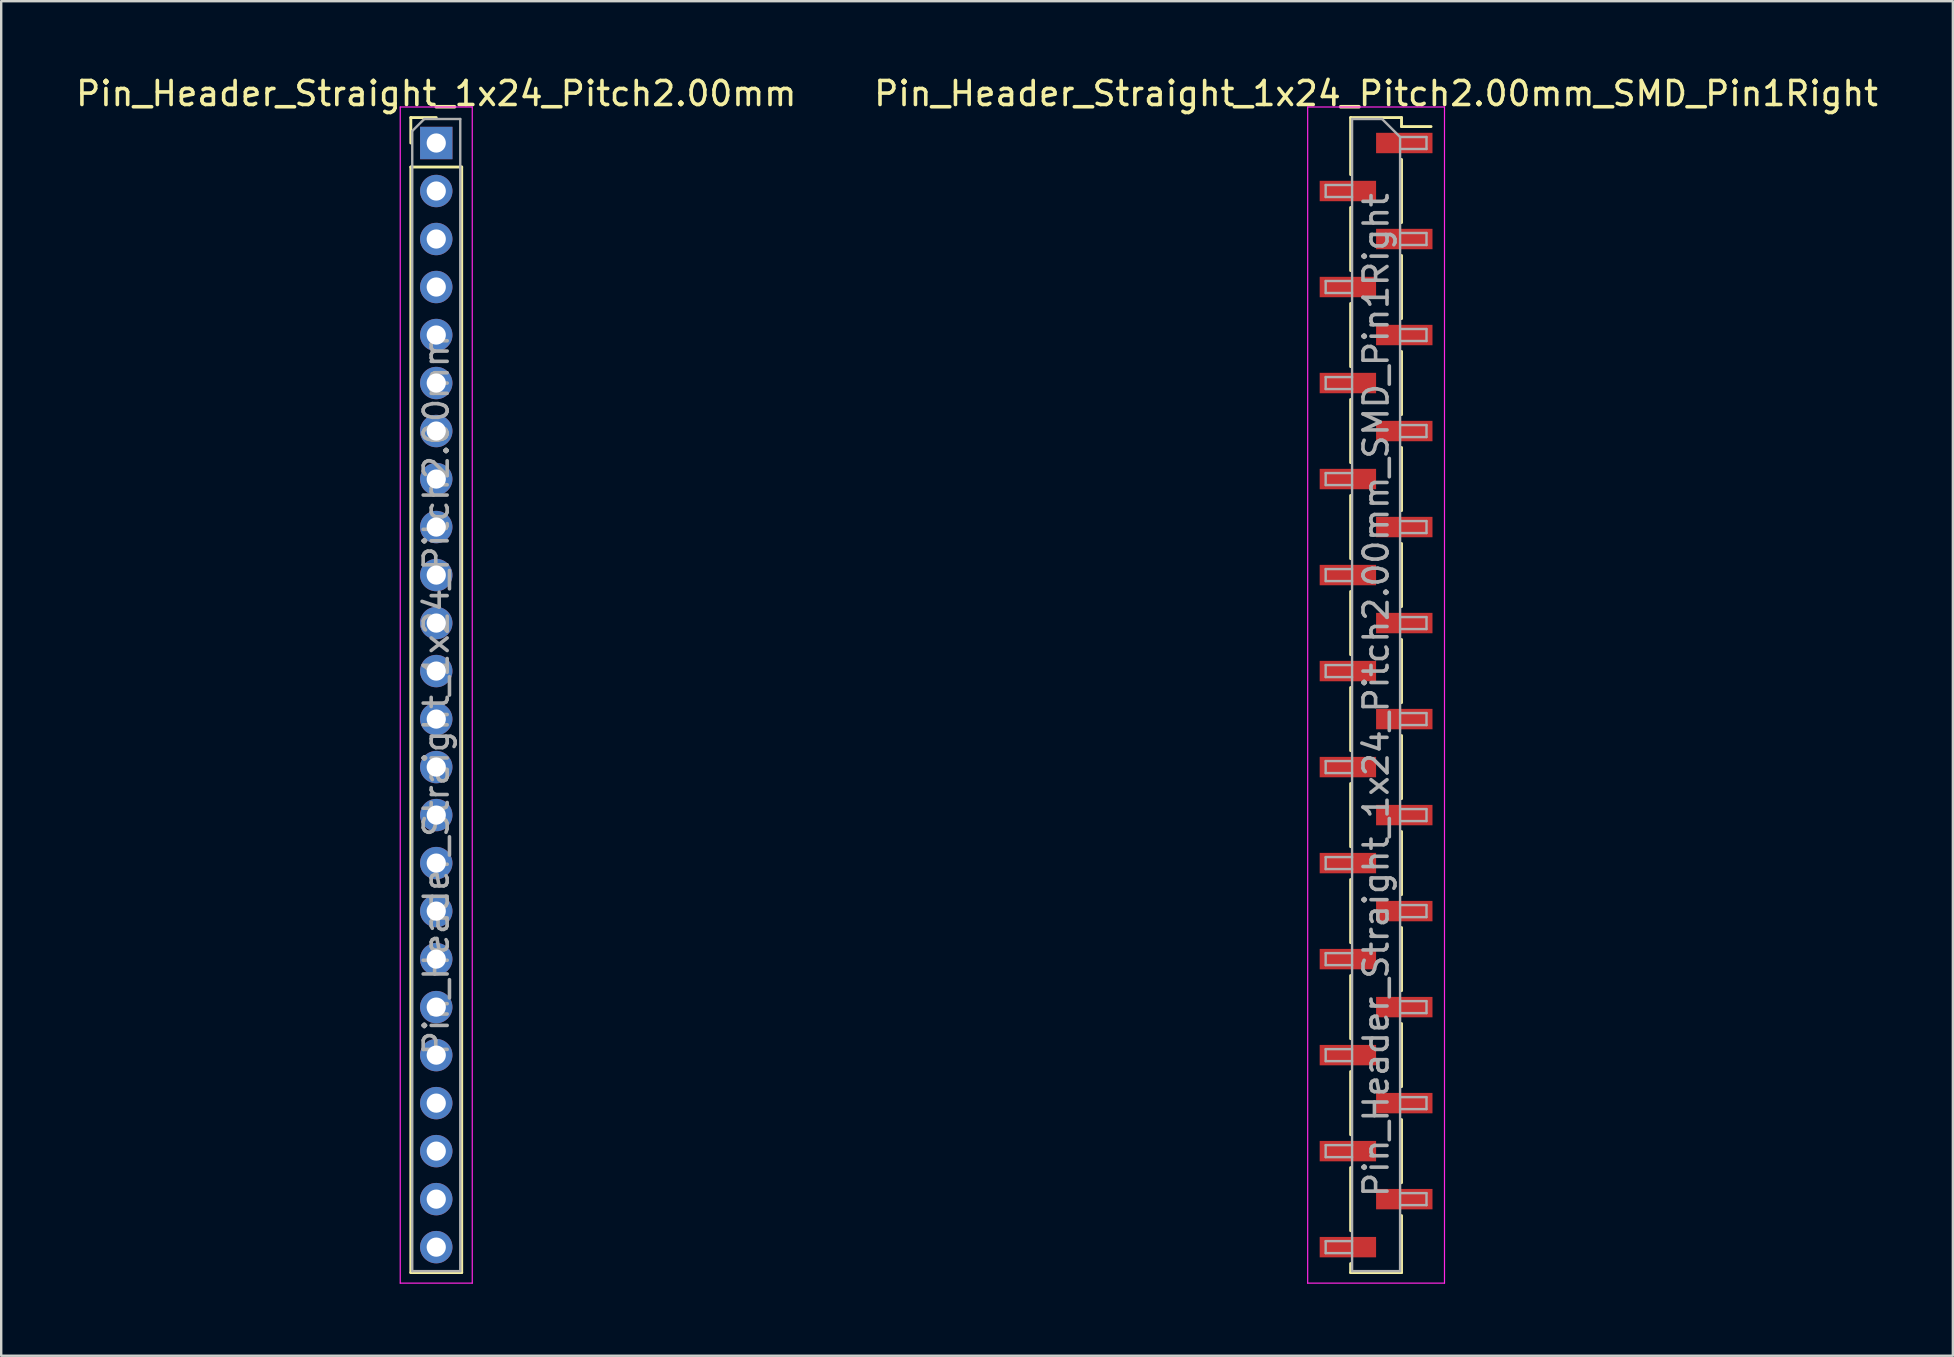
<source format=kicad_pcb>
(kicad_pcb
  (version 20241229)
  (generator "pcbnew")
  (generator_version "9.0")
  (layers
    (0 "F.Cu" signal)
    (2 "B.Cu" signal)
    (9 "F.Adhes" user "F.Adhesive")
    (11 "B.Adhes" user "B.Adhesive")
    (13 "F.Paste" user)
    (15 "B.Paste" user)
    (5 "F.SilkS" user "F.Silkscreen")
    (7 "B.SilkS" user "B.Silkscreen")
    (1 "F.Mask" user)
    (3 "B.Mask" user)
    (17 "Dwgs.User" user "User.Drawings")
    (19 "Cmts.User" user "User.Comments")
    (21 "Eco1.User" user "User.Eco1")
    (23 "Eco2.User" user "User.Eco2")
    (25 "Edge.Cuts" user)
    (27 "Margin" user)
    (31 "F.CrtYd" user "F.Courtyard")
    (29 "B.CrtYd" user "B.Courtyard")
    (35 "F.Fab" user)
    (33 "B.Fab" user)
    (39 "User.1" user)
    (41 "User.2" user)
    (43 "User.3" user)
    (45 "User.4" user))
  (footprint "Pin_Header_Straight_1x24_Pitch2.00mm"
    (layer "F.Cu")
    (at 15.125 2.908)
    (property "Reference" "Pin_Header_Straight_1x24_Pitch2.00mm" (at 0 -2.06 0) (layer "F.SilkS") (effects (font (size 1 1) (thickness 0.15))))
    (attr through_hole)
    (fp_line (start -1.06 -1.06) (end 0 -1.06) (stroke (width 0.12) (type solid)) (layer "F.SilkS"))
    (fp_line (start -1.06 0) (end -1.06 -1.06) (stroke (width 0.12) (type solid)) (layer "F.SilkS"))
    (fp_line (start -1.06 1) (end -1.06 47.06) (stroke (width 0.12) (type solid)) (layer "F.SilkS"))
    (fp_line (start -1.06 1) (end 1.06 1) (stroke (width 0.12) (type solid)) (layer "F.SilkS"))
    (fp_line (start -1.06 47.06) (end 1.06 47.06) (stroke (width 0.12) (type solid)) (layer "F.SilkS"))
    (fp_line (start 1.06 1) (end 1.06 47.06) (stroke (width 0.12) (type solid)) (layer "F.SilkS"))
    (fp_line (start -1.5 -1.5) (end -1.5 47.5) (stroke (width 0.05) (type solid)) (layer "F.CrtYd"))
    (fp_line (start -1.5 47.5) (end 1.5 47.5) (stroke (width 0.05) (type solid)) (layer "F.CrtYd"))
    (fp_line (start 1.5 -1.5) (end -1.5 -1.5) (stroke (width 0.05) (type solid)) (layer "F.CrtYd"))
    (fp_line (start 1.5 47.5) (end 1.5 -1.5) (stroke (width 0.05) (type solid)) (layer "F.CrtYd"))
    (fp_line (start -1 -0.5) (end -0.5 -1) (stroke (width 0.1) (type solid)) (layer "F.Fab"))
    (fp_line (start -1 47) (end -1 -0.5) (stroke (width 0.1) (type solid)) (layer "F.Fab"))
    (fp_line (start -0.5 -1) (end 1 -1) (stroke (width 0.1) (type solid)) (layer "F.Fab"))
    (fp_line (start 1 -1) (end 1 47) (stroke (width 0.1) (type solid)) (layer "F.Fab"))
    (fp_line (start 1 47) (end -1 47) (stroke (width 0.1) (type solid)) (layer "F.Fab"))
    (fp_text user "${REFERENCE}" (at 0 23 90) (layer "F.Fab") (effects (font (size 1 1) (thickness 0.15))))
    (pad "1" thru_hole rect (at 0 0) (size 1.35 1.35) (drill 0.8) (layers "*.Cu" "*.Mask"))
    (pad "2" thru_hole oval (at 0 2) (size 1.35 1.35) (drill 0.8) (layers "*.Cu" "*.Mask"))
    (pad "3" thru_hole oval (at 0 4) (size 1.35 1.35) (drill 0.8) (layers "*.Cu" "*.Mask"))
    (pad "4" thru_hole oval (at 0 6) (size 1.35 1.35) (drill 0.8) (layers "*.Cu" "*.Mask"))
    (pad "5" thru_hole oval (at 0 8) (size 1.35 1.35) (drill 0.8) (layers "*.Cu" "*.Mask"))
    (pad "6" thru_hole oval (at 0 10) (size 1.35 1.35) (drill 0.8) (layers "*.Cu" "*.Mask"))
    (pad "7" thru_hole oval (at 0 12) (size 1.35 1.35) (drill 0.8) (layers "*.Cu" "*.Mask"))
    (pad "8" thru_hole oval (at 0 14) (size 1.35 1.35) (drill 0.8) (layers "*.Cu" "*.Mask"))
    (pad "9" thru_hole oval (at 0 16) (size 1.35 1.35) (drill 0.8) (layers "*.Cu" "*.Mask"))
    (pad "10" thru_hole oval (at 0 18) (size 1.35 1.35) (drill 0.8) (layers "*.Cu" "*.Mask"))
    (pad "11" thru_hole oval (at 0 20) (size 1.35 1.35) (drill 0.8) (layers "*.Cu" "*.Mask"))
    (pad "12" thru_hole oval (at 0 22) (size 1.35 1.35) (drill 0.8) (layers "*.Cu" "*.Mask"))
    (pad "13" thru_hole oval (at 0 24) (size 1.35 1.35) (drill 0.8) (layers "*.Cu" "*.Mask"))
    (pad "14" thru_hole oval (at 0 26) (size 1.35 1.35) (drill 0.8) (layers "*.Cu" "*.Mask"))
    (pad "15" thru_hole oval (at 0 28) (size 1.35 1.35) (drill 0.8) (layers "*.Cu" "*.Mask"))
    (pad "16" thru_hole oval (at 0 30) (size 1.35 1.35) (drill 0.8) (layers "*.Cu" "*.Mask"))
    (pad "17" thru_hole oval (at 0 32) (size 1.35 1.35) (drill 0.8) (layers "*.Cu" "*.Mask"))
    (pad "18" thru_hole oval (at 0 34) (size 1.35 1.35) (drill 0.8) (layers "*.Cu" "*.Mask"))
    (pad "19" thru_hole oval (at 0 36) (size 1.35 1.35) (drill 0.8) (layers "*.Cu" "*.Mask"))
    (pad "20" thru_hole oval (at 0 38) (size 1.35 1.35) (drill 0.8) (layers "*.Cu" "*.Mask"))
    (pad "21" thru_hole oval (at 0 40) (size 1.35 1.35) (drill 0.8) (layers "*.Cu" "*.Mask"))
    (pad "22" thru_hole oval (at 0 42) (size 1.35 1.35) (drill 0.8) (layers "*.Cu" "*.Mask"))
    (pad "23" thru_hole oval (at 0 44) (size 1.35 1.35) (drill 0.8) (layers "*.Cu" "*.Mask"))
    (pad "24" thru_hole oval (at 0 46) (size 1.35 1.35) (drill 0.8) (layers "*.Cu" "*.Mask")))
  (footprint "Pin_Header_Straight_1x24_Pitch2.00mm_SMD_Pin1Right"
    (layer "F.Cu")
    (at 54.28 25.908)
    (property "Reference" "Pin_Header_Straight_1x24_Pitch2.00mm_SMD_Pin1Right" (at 0 -25.06 0) (layer "F.SilkS") (effects (font (size 1 1) (thickness 0.15))))
    (attr smd)
    (fp_line (start -1.06 -24.06) (end -1.06 -21.685) (stroke (width 0.12) (type solid)) (layer "F.SilkS"))
    (fp_line (start -1.06 -24.06) (end 1.06 -24.06) (stroke (width 0.12) (type solid)) (layer "F.SilkS"))
    (fp_line (start -1.06 -20.315) (end -1.06 -17.685) (stroke (width 0.12) (type solid)) (layer "F.SilkS"))
    (fp_line (start -1.06 -16.315) (end -1.06 -13.685) (stroke (width 0.12) (type solid)) (layer "F.SilkS"))
    (fp_line (start -1.06 -12.315) (end -1.06 -9.685) (stroke (width 0.12) (type solid)) (layer "F.SilkS"))
    (fp_line (start -1.06 -8.315) (end -1.06 -5.685) (stroke (width 0.12) (type solid)) (layer "F.SilkS"))
    (fp_line (start -1.06 -4.315) (end -1.06 -1.685) (stroke (width 0.12) (type solid)) (layer "F.SilkS"))
    (fp_line (start -1.06 -0.315) (end -1.06 2.315) (stroke (width 0.12) (type solid)) (layer "F.SilkS"))
    (fp_line (start -1.06 3.685) (end -1.06 6.315) (stroke (width 0.12) (type solid)) (layer "F.SilkS"))
    (fp_line (start -1.06 7.685) (end -1.06 10.315) (stroke (width 0.12) (type solid)) (layer "F.SilkS"))
    (fp_line (start -1.06 11.685) (end -1.06 14.315) (stroke (width 0.12) (type solid)) (layer "F.SilkS"))
    (fp_line (start -1.06 15.685) (end -1.06 18.315) (stroke (width 0.12) (type solid)) (layer "F.SilkS"))
    (fp_line (start -1.06 19.685) (end -1.06 22.315) (stroke (width 0.12) (type solid)) (layer "F.SilkS"))
    (fp_line (start -1.06 23.685) (end -1.06 24.06) (stroke (width 0.12) (type solid)) (layer "F.SilkS"))
    (fp_line (start -1.06 24.06) (end 1.06 24.06) (stroke (width 0.12) (type solid)) (layer "F.SilkS"))
    (fp_line (start 1.06 -24.06) (end 1.06 -23.685) (stroke (width 0.12) (type solid)) (layer "F.SilkS"))
    (fp_line (start 1.06 -23.685) (end 2.29 -23.685) (stroke (width 0.12) (type solid)) (layer "F.SilkS"))
    (fp_line (start 1.06 -22.315) (end 1.06 -19.685) (stroke (width 0.12) (type solid)) (layer "F.SilkS"))
    (fp_line (start 1.06 -18.315) (end 1.06 -15.685) (stroke (width 0.12) (type solid)) (layer "F.SilkS"))
    (fp_line (start 1.06 -14.315) (end 1.06 -11.685) (stroke (width 0.12) (type solid)) (layer "F.SilkS"))
    (fp_line (start 1.06 -10.315) (end 1.06 -7.685) (stroke (width 0.12) (type solid)) (layer "F.SilkS"))
    (fp_line (start 1.06 -6.315) (end 1.06 -3.685) (stroke (width 0.12) (type solid)) (layer "F.SilkS"))
    (fp_line (start 1.06 -2.315) (end 1.06 0.315) (stroke (width 0.12) (type solid)) (layer "F.SilkS"))
    (fp_line (start 1.06 1.685) (end 1.06 4.315) (stroke (width 0.12) (type solid)) (layer "F.SilkS"))
    (fp_line (start 1.06 5.685) (end 1.06 8.315) (stroke (width 0.12) (type solid)) (layer "F.SilkS"))
    (fp_line (start 1.06 9.685) (end 1.06 12.315) (stroke (width 0.12) (type solid)) (layer "F.SilkS"))
    (fp_line (start 1.06 13.685) (end 1.06 16.315) (stroke (width 0.12) (type solid)) (layer "F.SilkS"))
    (fp_line (start 1.06 17.685) (end 1.06 20.315) (stroke (width 0.12) (type solid)) (layer "F.SilkS"))
    (fp_line (start 1.06 21.685) (end 1.06 24.06) (stroke (width 0.12) (type solid)) (layer "F.SilkS"))
    (fp_line (start -2.85 -24.5) (end -2.85 24.5) (stroke (width 0.05) (type solid)) (layer "F.CrtYd"))
    (fp_line (start -2.85 24.5) (end 2.85 24.5) (stroke (width 0.05) (type solid)) (layer "F.CrtYd"))
    (fp_line (start 2.85 -24.5) (end -2.85 -24.5) (stroke (width 0.05) (type solid)) (layer "F.CrtYd"))
    (fp_line (start 2.85 24.5) (end 2.85 -24.5) (stroke (width 0.05) (type solid)) (layer "F.CrtYd"))
    (fp_line (start -2.1 -21.25) (end -2.1 -20.75) (stroke (width 0.1) (type solid)) (layer "F.Fab"))
    (fp_line (start -2.1 -20.75) (end -1 -20.75) (stroke (width 0.1) (type solid)) (layer "F.Fab"))
    (fp_line (start -2.1 -17.25) (end -2.1 -16.75) (stroke (width 0.1) (type solid)) (layer "F.Fab"))
    (fp_line (start -2.1 -16.75) (end -1 -16.75) (stroke (width 0.1) (type solid)) (layer "F.Fab"))
    (fp_line (start -2.1 -13.25) (end -2.1 -12.75) (stroke (width 0.1) (type solid)) (layer "F.Fab"))
    (fp_line (start -2.1 -12.75) (end -1 -12.75) (stroke (width 0.1) (type solid)) (layer "F.Fab"))
    (fp_line (start -2.1 -9.25) (end -2.1 -8.75) (stroke (width 0.1) (type solid)) (layer "F.Fab"))
    (fp_line (start -2.1 -8.75) (end -1 -8.75) (stroke (width 0.1) (type solid)) (layer "F.Fab"))
    (fp_line (start -2.1 -5.25) (end -2.1 -4.75) (stroke (width 0.1) (type solid)) (layer "F.Fab"))
    (fp_line (start -2.1 -4.75) (end -1 -4.75) (stroke (width 0.1) (type solid)) (layer "F.Fab"))
    (fp_line (start -2.1 -1.25) (end -2.1 -0.75) (stroke (width 0.1) (type solid)) (layer "F.Fab"))
    (fp_line (start -2.1 -0.75) (end -1 -0.75) (stroke (width 0.1) (type solid)) (layer "F.Fab"))
    (fp_line (start -2.1 2.75) (end -2.1 3.25) (stroke (width 0.1) (type solid)) (layer "F.Fab"))
    (fp_line (start -2.1 3.25) (end -1 3.25) (stroke (width 0.1) (type solid)) (layer "F.Fab"))
    (fp_line (start -2.1 6.75) (end -2.1 7.25) (stroke (width 0.1) (type solid)) (layer "F.Fab"))
    (fp_line (start -2.1 7.25) (end -1 7.25) (stroke (width 0.1) (type solid)) (layer "F.Fab"))
    (fp_line (start -2.1 10.75) (end -2.1 11.25) (stroke (width 0.1) (type solid)) (layer "F.Fab"))
    (fp_line (start -2.1 11.25) (end -1 11.25) (stroke (width 0.1) (type solid)) (layer "F.Fab"))
    (fp_line (start -2.1 14.75) (end -2.1 15.25) (stroke (width 0.1) (type solid)) (layer "F.Fab"))
    (fp_line (start -2.1 15.25) (end -1 15.25) (stroke (width 0.1) (type solid)) (layer "F.Fab"))
    (fp_line (start -2.1 18.75) (end -2.1 19.25) (stroke (width 0.1) (type solid)) (layer "F.Fab"))
    (fp_line (start -2.1 19.25) (end -1 19.25) (stroke (width 0.1) (type solid)) (layer "F.Fab"))
    (fp_line (start -2.1 22.75) (end -2.1 23.25) (stroke (width 0.1) (type solid)) (layer "F.Fab"))
    (fp_line (start -2.1 23.25) (end -1 23.25) (stroke (width 0.1) (type solid)) (layer "F.Fab"))
    (fp_line (start -1 -24) (end -1 24) (stroke (width 0.1) (type solid)) (layer "F.Fab"))
    (fp_line (start -1 -24) (end 0.25 -24) (stroke (width 0.1) (type solid)) (layer "F.Fab"))
    (fp_line (start -1 -21.25) (end -2.1 -21.25) (stroke (width 0.1) (type solid)) (layer "F.Fab"))
    (fp_line (start -1 -17.25) (end -2.1 -17.25) (stroke (width 0.1) (type solid)) (layer "F.Fab"))
    (fp_line (start -1 -13.25) (end -2.1 -13.25) (stroke (width 0.1) (type solid)) (layer "F.Fab"))
    (fp_line (start -1 -9.25) (end -2.1 -9.25) (stroke (width 0.1) (type solid)) (layer "F.Fab"))
    (fp_line (start -1 -5.25) (end -2.1 -5.25) (stroke (width 0.1) (type solid)) (layer "F.Fab"))
    (fp_line (start -1 -1.25) (end -2.1 -1.25) (stroke (width 0.1) (type solid)) (layer "F.Fab"))
    (fp_line (start -1 2.75) (end -2.1 2.75) (stroke (width 0.1) (type solid)) (layer "F.Fab"))
    (fp_line (start -1 6.75) (end -2.1 6.75) (stroke (width 0.1) (type solid)) (layer "F.Fab"))
    (fp_line (start -1 10.75) (end -2.1 10.75) (stroke (width 0.1) (type solid)) (layer "F.Fab"))
    (fp_line (start -1 14.75) (end -2.1 14.75) (stroke (width 0.1) (type solid)) (layer "F.Fab"))
    (fp_line (start -1 18.75) (end -2.1 18.75) (stroke (width 0.1) (type solid)) (layer "F.Fab"))
    (fp_line (start -1 22.75) (end -2.1 22.75) (stroke (width 0.1) (type solid)) (layer "F.Fab"))
    (fp_line (start 1 -23.25) (end 0.25 -24) (stroke (width 0.1) (type solid)) (layer "F.Fab"))
    (fp_line (start 1 -23.25) (end 2.1 -23.25) (stroke (width 0.1) (type solid)) (layer "F.Fab"))
    (fp_line (start 1 -19.25) (end 2.1 -19.25) (stroke (width 0.1) (type solid)) (layer "F.Fab"))
    (fp_line (start 1 -15.25) (end 2.1 -15.25) (stroke (width 0.1) (type solid)) (layer "F.Fab"))
    (fp_line (start 1 -11.25) (end 2.1 -11.25) (stroke (width 0.1) (type solid)) (layer "F.Fab"))
    (fp_line (start 1 -7.25) (end 2.1 -7.25) (stroke (width 0.1) (type solid)) (layer "F.Fab"))
    (fp_line (start 1 -3.25) (end 2.1 -3.25) (stroke (width 0.1) (type solid)) (layer "F.Fab"))
    (fp_line (start 1 0.75) (end 2.1 0.75) (stroke (width 0.1) (type solid)) (layer "F.Fab"))
    (fp_line (start 1 4.75) (end 2.1 4.75) (stroke (width 0.1) (type solid)) (layer "F.Fab"))
    (fp_line (start 1 8.75) (end 2.1 8.75) (stroke (width 0.1) (type solid)) (layer "F.Fab"))
    (fp_line (start 1 12.75) (end 2.1 12.75) (stroke (width 0.1) (type solid)) (layer "F.Fab"))
    (fp_line (start 1 16.75) (end 2.1 16.75) (stroke (width 0.1) (type solid)) (layer "F.Fab"))
    (fp_line (start 1 20.75) (end 2.1 20.75) (stroke (width 0.1) (type solid)) (layer "F.Fab"))
    (fp_line (start 1 24) (end -1 24) (stroke (width 0.1) (type solid)) (layer "F.Fab"))
    (fp_line (start 1 24) (end 1 -23.25) (stroke (width 0.1) (type solid)) (layer "F.Fab"))
    (fp_line (start 2.1 -23.25) (end 2.1 -22.75) (stroke (width 0.1) (type solid)) (layer "F.Fab"))
    (fp_line (start 2.1 -22.75) (end 1 -22.75) (stroke (width 0.1) (type solid)) (layer "F.Fab"))
    (fp_line (start 2.1 -19.25) (end 2.1 -18.75) (stroke (width 0.1) (type solid)) (layer "F.Fab"))
    (fp_line (start 2.1 -18.75) (end 1 -18.75) (stroke (width 0.1) (type solid)) (layer "F.Fab"))
    (fp_line (start 2.1 -15.25) (end 2.1 -14.75) (stroke (width 0.1) (type solid)) (layer "F.Fab"))
    (fp_line (start 2.1 -14.75) (end 1 -14.75) (stroke (width 0.1) (type solid)) (layer "F.Fab"))
    (fp_line (start 2.1 -11.25) (end 2.1 -10.75) (stroke (width 0.1) (type solid)) (layer "F.Fab"))
    (fp_line (start 2.1 -10.75) (end 1 -10.75) (stroke (width 0.1) (type solid)) (layer "F.Fab"))
    (fp_line (start 2.1 -7.25) (end 2.1 -6.75) (stroke (width 0.1) (type solid)) (layer "F.Fab"))
    (fp_line (start 2.1 -6.75) (end 1 -6.75) (stroke (width 0.1) (type solid)) (layer "F.Fab"))
    (fp_line (start 2.1 -3.25) (end 2.1 -2.75) (stroke (width 0.1) (type solid)) (layer "F.Fab"))
    (fp_line (start 2.1 -2.75) (end 1 -2.75) (stroke (width 0.1) (type solid)) (layer "F.Fab"))
    (fp_line (start 2.1 0.75) (end 2.1 1.25) (stroke (width 0.1) (type solid)) (layer "F.Fab"))
    (fp_line (start 2.1 1.25) (end 1 1.25) (stroke (width 0.1) (type solid)) (layer "F.Fab"))
    (fp_line (start 2.1 4.75) (end 2.1 5.25) (stroke (width 0.1) (type solid)) (layer "F.Fab"))
    (fp_line (start 2.1 5.25) (end 1 5.25) (stroke (width 0.1) (type solid)) (layer "F.Fab"))
    (fp_line (start 2.1 8.75) (end 2.1 9.25) (stroke (width 0.1) (type solid)) (layer "F.Fab"))
    (fp_line (start 2.1 9.25) (end 1 9.25) (stroke (width 0.1) (type solid)) (layer "F.Fab"))
    (fp_line (start 2.1 12.75) (end 2.1 13.25) (stroke (width 0.1) (type solid)) (layer "F.Fab"))
    (fp_line (start 2.1 13.25) (end 1 13.25) (stroke (width 0.1) (type solid)) (layer "F.Fab"))
    (fp_line (start 2.1 16.75) (end 2.1 17.25) (stroke (width 0.1) (type solid)) (layer "F.Fab"))
    (fp_line (start 2.1 17.25) (end 1 17.25) (stroke (width 0.1) (type solid)) (layer "F.Fab"))
    (fp_line (start 2.1 20.75) (end 2.1 21.25) (stroke (width 0.1) (type solid)) (layer "F.Fab"))
    (fp_line (start 2.1 21.25) (end 1 21.25) (stroke (width 0.1) (type solid)) (layer "F.Fab"))
    (fp_text user "${REFERENCE}" (at 0 0 90) (layer "F.Fab") (effects (font (size 1 1) (thickness 0.15))))
    (pad "1" smd rect (at 1.175 -23) (size 2.35 0.85) (layers "F.Cu" "F.Mask" "F.Paste"))
    (pad "2" smd rect (at -1.175 -21) (size 2.35 0.85) (layers "F.Cu" "F.Mask" "F.Paste"))
    (pad "3" smd rect (at 1.175 -19) (size 2.35 0.85) (layers "F.Cu" "F.Mask" "F.Paste"))
    (pad "4" smd rect (at -1.175 -17) (size 2.35 0.85) (layers "F.Cu" "F.Mask" "F.Paste"))
    (pad "5" smd rect (at 1.175 -15) (size 2.35 0.85) (layers "F.Cu" "F.Mask" "F.Paste"))
    (pad "6" smd rect (at -1.175 -13) (size 2.35 0.85) (layers "F.Cu" "F.Mask" "F.Paste"))
    (pad "7" smd rect (at 1.175 -11) (size 2.35 0.85) (layers "F.Cu" "F.Mask" "F.Paste"))
    (pad "8" smd rect (at -1.175 -9) (size 2.35 0.85) (layers "F.Cu" "F.Mask" "F.Paste"))
    (pad "9" smd rect (at 1.175 -7) (size 2.35 0.85) (layers "F.Cu" "F.Mask" "F.Paste"))
    (pad "10" smd rect (at -1.175 -5) (size 2.35 0.85) (layers "F.Cu" "F.Mask" "F.Paste"))
    (pad "11" smd rect (at 1.175 -3) (size 2.35 0.85) (layers "F.Cu" "F.Mask" "F.Paste"))
    (pad "12" smd rect (at -1.175 -1) (size 2.35 0.85) (layers "F.Cu" "F.Mask" "F.Paste"))
    (pad "13" smd rect (at 1.175 1) (size 2.35 0.85) (layers "F.Cu" "F.Mask" "F.Paste"))
    (pad "14" smd rect (at -1.175 3) (size 2.35 0.85) (layers "F.Cu" "F.Mask" "F.Paste"))
    (pad "15" smd rect (at 1.175 5) (size 2.35 0.85) (layers "F.Cu" "F.Mask" "F.Paste"))
    (pad "16" smd rect (at -1.175 7) (size 2.35 0.85) (layers "F.Cu" "F.Mask" "F.Paste"))
    (pad "17" smd rect (at 1.175 9) (size 2.35 0.85) (layers "F.Cu" "F.Mask" "F.Paste"))
    (pad "18" smd rect (at -1.175 11) (size 2.35 0.85) (layers "F.Cu" "F.Mask" "F.Paste"))
    (pad "19" smd rect (at 1.175 13) (size 2.35 0.85) (layers "F.Cu" "F.Mask" "F.Paste"))
    (pad "20" smd rect (at -1.175 15) (size 2.35 0.85) (layers "F.Cu" "F.Mask" "F.Paste"))
    (pad "21" smd rect (at 1.175 17) (size 2.35 0.85) (layers "F.Cu" "F.Mask" "F.Paste"))
    (pad "22" smd rect (at -1.175 19) (size 2.35 0.85) (layers "F.Cu" "F.Mask" "F.Paste"))
    (pad "23" smd rect (at 1.175 21) (size 2.35 0.85) (layers "F.Cu" "F.Mask" "F.Paste"))
    (pad "24" smd rect (at -1.175 23) (size 2.35 0.85) (layers "F.Cu" "F.Mask" "F.Paste")))
  (gr_rect
    (start -3 -3)
    (end 78.31 53.433)
    (stroke (width 0.1) (type default))
    (fill no)
    (layer "Edge.Cuts")))
</source>
